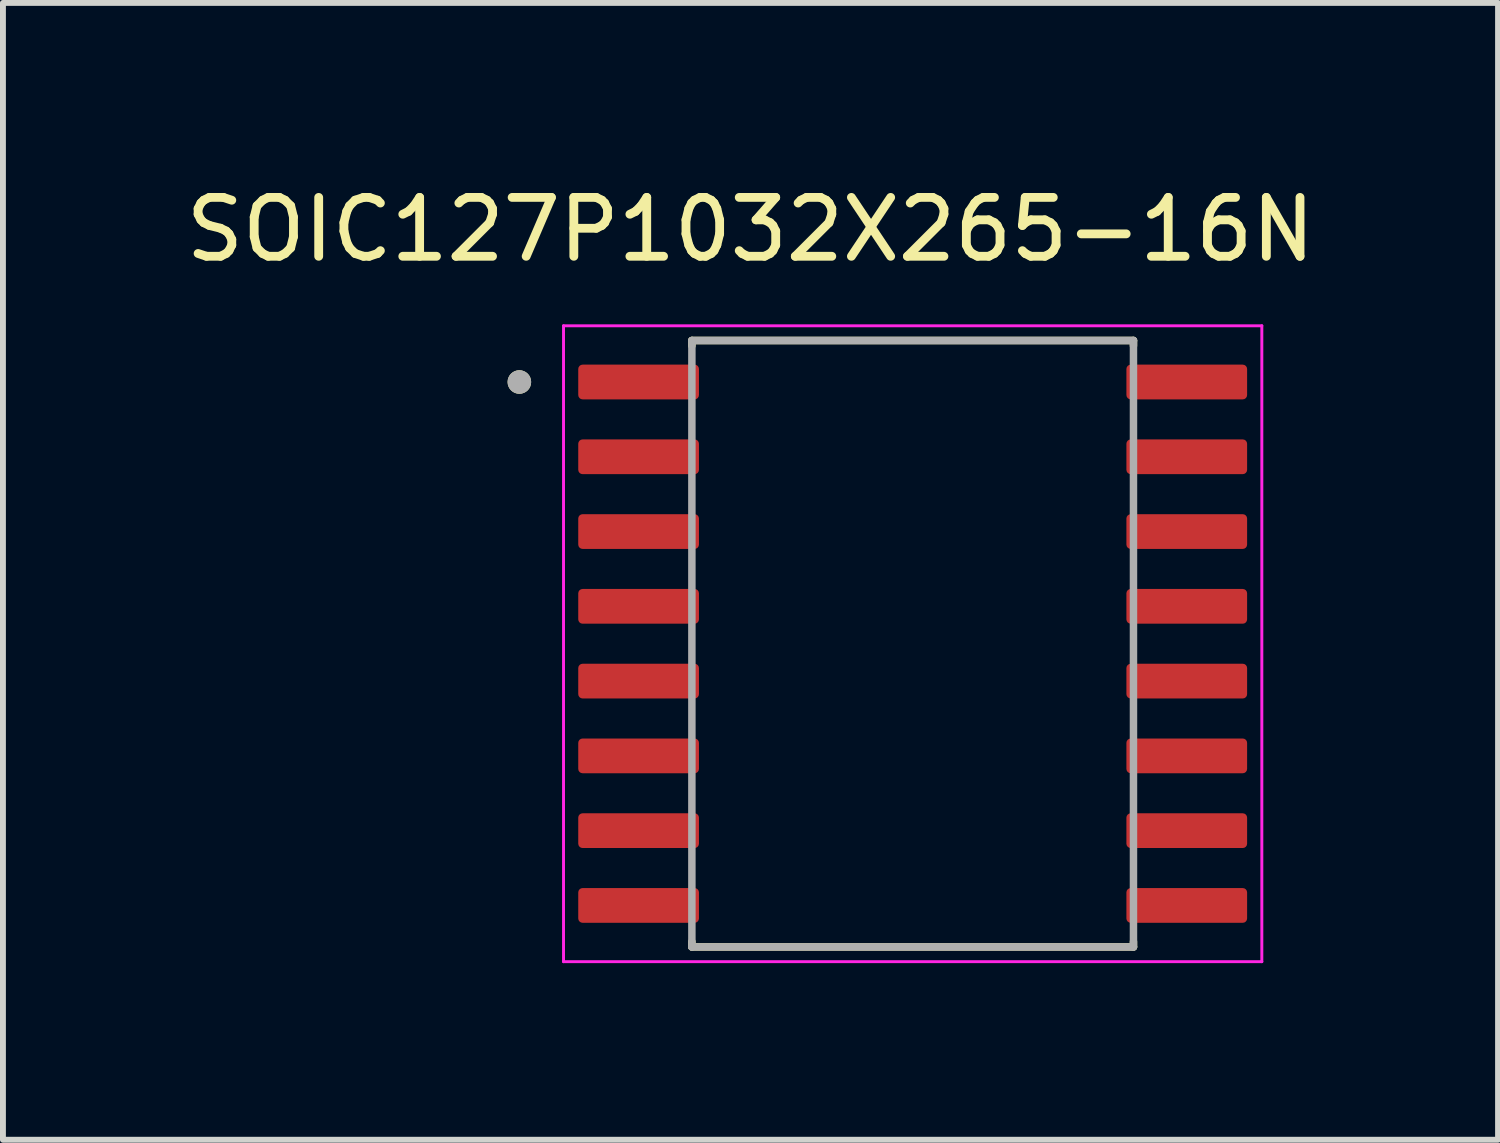
<source format=kicad_pcb>
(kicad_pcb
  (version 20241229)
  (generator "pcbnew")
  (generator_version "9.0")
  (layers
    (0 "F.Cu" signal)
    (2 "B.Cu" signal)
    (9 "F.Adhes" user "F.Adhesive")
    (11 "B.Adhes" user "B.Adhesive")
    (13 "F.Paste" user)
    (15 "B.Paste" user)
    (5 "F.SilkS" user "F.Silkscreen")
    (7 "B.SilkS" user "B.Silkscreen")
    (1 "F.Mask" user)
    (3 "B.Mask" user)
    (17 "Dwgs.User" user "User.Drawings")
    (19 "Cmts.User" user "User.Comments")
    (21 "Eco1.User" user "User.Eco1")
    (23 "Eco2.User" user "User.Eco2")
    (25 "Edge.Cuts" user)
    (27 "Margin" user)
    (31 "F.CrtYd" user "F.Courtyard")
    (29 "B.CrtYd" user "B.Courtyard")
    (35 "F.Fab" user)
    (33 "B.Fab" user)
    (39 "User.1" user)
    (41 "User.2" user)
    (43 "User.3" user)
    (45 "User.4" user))
  (footprint "SOIC127P1032X265-16N"
    (layer "F.Cu")
    (at 12.451 7.883)
    (property "Reference" "SOIC127P1032X265-16N" (at -2.755 -7.035 0) (layer "F.SilkS") (effects (font (size 1 1) (thickness 0.15))))
    (attr smd)
    (fp_line (start -3.75 -5.15) (end -3.75 -5.06) (stroke (width 0.127) (type solid)) (layer "F.SilkS"))
    (fp_line (start -3.75 -5.15) (end 3.75 -5.15) (stroke (width 0.127) (type solid)) (layer "F.SilkS"))
    (fp_line (start -3.75 5.15) (end -3.75 5.06) (stroke (width 0.127) (type solid)) (layer "F.SilkS"))
    (fp_line (start -3.75 5.15) (end 3.75 5.15) (stroke (width 0.127) (type solid)) (layer "F.SilkS"))
    (fp_line (start 3.75 -5.15) (end 3.75 -5.06) (stroke (width 0.127) (type solid)) (layer "F.SilkS"))
    (fp_line (start 3.75 5.15) (end 3.75 5.06) (stroke (width 0.127) (type solid)) (layer "F.SilkS"))
    (fp_circle (center -6.68 -4.445) (end -6.58 -4.445) (stroke (width 0.2) (type solid)) (fill no) (layer "F.SilkS"))
    (fp_line (start -5.93 -5.4) (end -5.93 5.4) (stroke (width 0.05) (type solid)) (layer "F.CrtYd"))
    (fp_line (start -5.93 5.4) (end 5.93 5.4) (stroke (width 0.05) (type solid)) (layer "F.CrtYd"))
    (fp_line (start 5.93 -5.4) (end -5.93 -5.4) (stroke (width 0.05) (type solid)) (layer "F.CrtYd"))
    (fp_line (start 5.93 5.4) (end 5.93 -5.4) (stroke (width 0.05) (type solid)) (layer "F.CrtYd"))
    (fp_line (start -3.75 -5.15) (end -3.75 5.15) (stroke (width 0.127) (type solid)) (layer "F.Fab"))
    (fp_line (start -3.75 -5.15) (end 3.75 -5.15) (stroke (width 0.127) (type solid)) (layer "F.Fab"))
    (fp_line (start -3.75 5.15) (end 3.75 5.15) (stroke (width 0.127) (type solid)) (layer "F.Fab"))
    (fp_line (start 3.75 -5.15) (end 3.75 5.15) (stroke (width 0.127) (type solid)) (layer "F.Fab"))
    (fp_circle (center -6.68 -4.445) (end -6.58 -4.445) (stroke (width 0.2) (type solid)) (fill no) (layer "F.Fab"))
    (pad "1" smd roundrect (at -4.655 -4.445) (size 2.05 0.59) (layers "F.Cu" "F.Mask" "F.Paste") (roundrect_rratio 0.125))
    (pad "2" smd roundrect (at -4.655 -3.175) (size 2.05 0.59) (layers "F.Cu" "F.Mask" "F.Paste") (roundrect_rratio 0.125))
    (pad "3" smd roundrect (at -4.655 -1.905) (size 2.05 0.59) (layers "F.Cu" "F.Mask" "F.Paste") (roundrect_rratio 0.125))
    (pad "4" smd roundrect (at -4.655 -0.635) (size 2.05 0.59) (layers "F.Cu" "F.Mask" "F.Paste") (roundrect_rratio 0.125))
    (pad "5" smd roundrect (at -4.655 0.635) (size 2.05 0.59) (layers "F.Cu" "F.Mask" "F.Paste") (roundrect_rratio 0.125))
    (pad "6" smd roundrect (at -4.655 1.905) (size 2.05 0.59) (layers "F.Cu" "F.Mask" "F.Paste") (roundrect_rratio 0.125))
    (pad "7" smd roundrect (at -4.655 3.175) (size 2.05 0.59) (layers "F.Cu" "F.Mask" "F.Paste") (roundrect_rratio 0.125))
    (pad "8" smd roundrect (at -4.655 4.445) (size 2.05 0.59) (layers "F.Cu" "F.Mask" "F.Paste") (roundrect_rratio 0.125))
    (pad "9" smd roundrect (at 4.655 4.445) (size 2.05 0.59) (layers "F.Cu" "F.Mask" "F.Paste") (roundrect_rratio 0.125))
    (pad "10" smd roundrect (at 4.655 3.175) (size 2.05 0.59) (layers "F.Cu" "F.Mask" "F.Paste") (roundrect_rratio 0.125))
    (pad "11" smd roundrect (at 4.655 1.905) (size 2.05 0.59) (layers "F.Cu" "F.Mask" "F.Paste") (roundrect_rratio 0.125))
    (pad "12" smd roundrect (at 4.655 0.635) (size 2.05 0.59) (layers "F.Cu" "F.Mask" "F.Paste") (roundrect_rratio 0.125))
    (pad "13" smd roundrect (at 4.655 -0.635) (size 2.05 0.59) (layers "F.Cu" "F.Mask" "F.Paste") (roundrect_rratio 0.125))
    (pad "14" smd roundrect (at 4.655 -1.905) (size 2.05 0.59) (layers "F.Cu" "F.Mask" "F.Paste") (roundrect_rratio 0.125))
    (pad "15" smd roundrect (at 4.655 -3.175) (size 2.05 0.59) (layers "F.Cu" "F.Mask" "F.Paste") (roundrect_rratio 0.125))
    (pad "16" smd roundrect (at 4.655 -4.445) (size 2.05 0.59) (layers "F.Cu" "F.Mask" "F.Paste") (roundrect_rratio 0.125)))
  (gr_rect
    (start -3 -3)
    (end 22.393 16.308)
    (stroke (width 0.1) (type default))
    (fill no)
    (layer "Edge.Cuts")))
</source>
